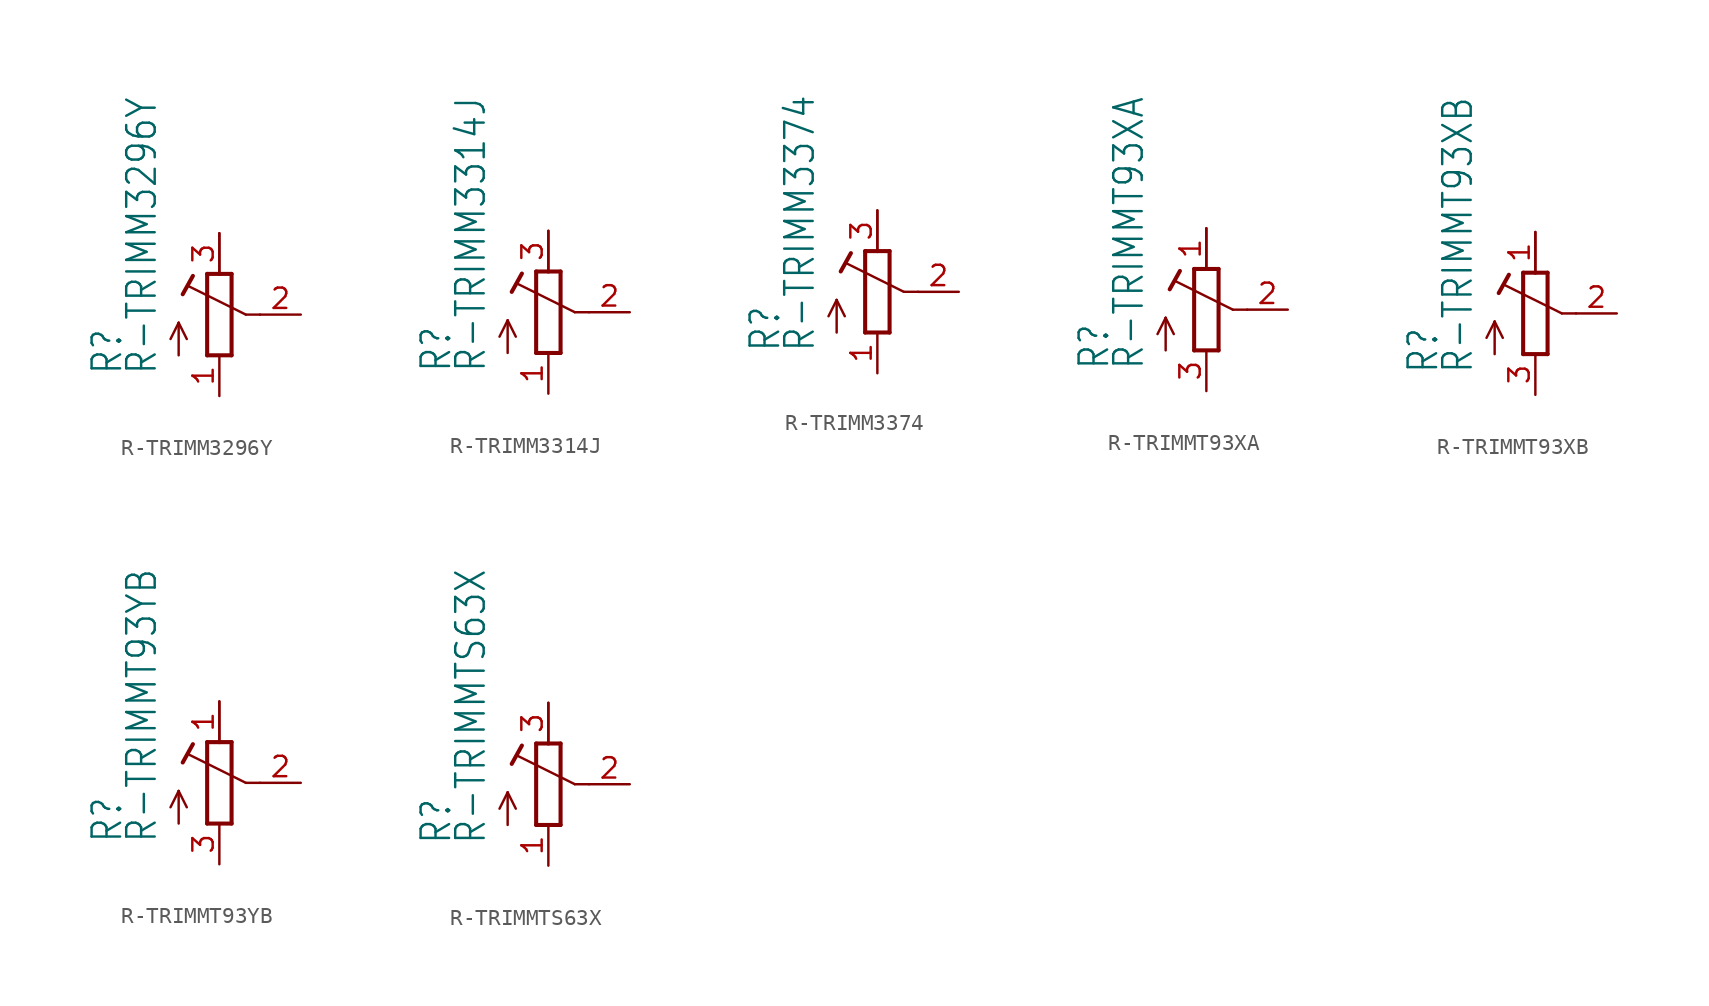
<source format=kicad_sym>
(kicad_symbol_lib
  (version 20211014)
  (generator kicad_symbol_editor)
  (symbol "R-TRIMM3296Y"
    (property "Reference" "R"
      (at -5.969 -3.81 90)
      (effects (font (size 1.778 1.511)) (justify left bottom)))
    (property "Value" "R-TRIMM3296Y"
      (at -3.81 -3.81 90)
      (effects (font (size 1.778 1.511)) (justify left bottom)))
    (property "ki_locked" ""
      (at 0 0 0)
      (effects (font (size 1.27 1.27))))
    (symbol "R-TRIMM3296Y_1_0"
      (polyline (pts (xy -2.54 -2.54) (xy -2.54 -0.508)) (stroke (width 0.152) (type default) (color 0 0 0 0)) (fill (type none)))
      (polyline (pts (xy -2.54 -0.508) (xy -3.048 -1.524)) (stroke (width 0.152) (type default) (color 0 0 0 0)) (fill (type none)))
      (polyline (pts (xy -2.54 -0.508) (xy -2.032 -1.524)) (stroke (width 0.152) (type default) (color 0 0 0 0)) (fill (type none)))
      (polyline (pts (xy -2.286 1.27) (xy -1.651 2.413)) (stroke (width 0.254) (type default) (color 0 0 0 0)) (fill (type none)))
      (polyline (pts (xy -0.762 -2.54) (xy 0.762 -2.54)) (stroke (width 0.254) (type default) (color 0 0 0 0)) (fill (type none)))
      (polyline (pts (xy -0.762 2.54) (xy -0.762 -2.54)) (stroke (width 0.254) (type default) (color 0 0 0 0)) (fill (type none)))
      (polyline (pts (xy 0 2.54) (xy -0.762 2.54)) (stroke (width 0.254) (type default) (color 0 0 0 0)) (fill (type none)))
      (polyline (pts (xy 0 2.54) (xy 0 5.08)) (stroke (width 0.152) (type default) (color 0 0 0 0)) (fill (type none)))
      (polyline (pts (xy 0.762 -2.54) (xy 0.762 2.54)) (stroke (width 0.254) (type default) (color 0 0 0 0)) (fill (type none)))
      (polyline (pts (xy 0.762 2.54) (xy 0 2.54)) (stroke (width 0.254) (type default) (color 0 0 0 0)) (fill (type none)))
      (polyline (pts (xy 1.651 0) (xy -1.88 1.753)) (stroke (width 0.152) (type default) (color 0 0 0 0)) (fill (type none)))
      (polyline (pts (xy 2.54 0) (xy 1.651 0)) (stroke (width 0.152) (type default) (color 0 0 0 0)) (fill (type none)))
      (pin passive line (at 0 -5.08 90) (length 2.54) (name "E" (effects (font (size 0 0)))) (number "1" (effects (font (size 1.27 1.27)))))
      (pin passive line (at 5.08 0 180) (length 2.54) (name "S" (effects (font (size 0 0)))) (number "2" (effects (font (size 1.27 1.27)))))
      (pin passive line (at 0 5.08 270) (length 2.54) (name "A" (effects (font (size 0 0)))) (number "3" (effects (font (size 1.27 1.27)))))))
  (symbol "R-TRIMM3314J"
    (property "Reference" "R"
      (at -5.969 -3.81 90)
      (effects (font (size 1.778 1.511)) (justify left bottom)))
    (property "Value" "R-TRIMM3314J"
      (at -3.81 -3.81 90)
      (effects (font (size 1.778 1.511)) (justify left bottom)))
    (property "ki_locked" ""
      (at 0 0 0)
      (effects (font (size 1.27 1.27))))
    (symbol "R-TRIMM3314J_1_0"
      (polyline (pts (xy -2.54 -2.54) (xy -2.54 -0.508)) (stroke (width 0.152) (type default) (color 0 0 0 0)) (fill (type none)))
      (polyline (pts (xy -2.54 -0.508) (xy -3.048 -1.524)) (stroke (width 0.152) (type default) (color 0 0 0 0)) (fill (type none)))
      (polyline (pts (xy -2.54 -0.508) (xy -2.032 -1.524)) (stroke (width 0.152) (type default) (color 0 0 0 0)) (fill (type none)))
      (polyline (pts (xy -2.286 1.27) (xy -1.651 2.413)) (stroke (width 0.254) (type default) (color 0 0 0 0)) (fill (type none)))
      (polyline (pts (xy -0.762 -2.54) (xy 0.762 -2.54)) (stroke (width 0.254) (type default) (color 0 0 0 0)) (fill (type none)))
      (polyline (pts (xy -0.762 2.54) (xy -0.762 -2.54)) (stroke (width 0.254) (type default) (color 0 0 0 0)) (fill (type none)))
      (polyline (pts (xy 0 2.54) (xy -0.762 2.54)) (stroke (width 0.254) (type default) (color 0 0 0 0)) (fill (type none)))
      (polyline (pts (xy 0 2.54) (xy 0 5.08)) (stroke (width 0.152) (type default) (color 0 0 0 0)) (fill (type none)))
      (polyline (pts (xy 0.762 -2.54) (xy 0.762 2.54)) (stroke (width 0.254) (type default) (color 0 0 0 0)) (fill (type none)))
      (polyline (pts (xy 0.762 2.54) (xy 0 2.54)) (stroke (width 0.254) (type default) (color 0 0 0 0)) (fill (type none)))
      (polyline (pts (xy 1.651 0) (xy -1.88 1.753)) (stroke (width 0.152) (type default) (color 0 0 0 0)) (fill (type none)))
      (polyline (pts (xy 2.54 0) (xy 1.651 0)) (stroke (width 0.152) (type default) (color 0 0 0 0)) (fill (type none)))
      (pin passive line (at 0 -5.08 90) (length 2.54) (name "E" (effects (font (size 0 0)))) (number "1" (effects (font (size 1.27 1.27)))))
      (pin passive line (at 5.08 0 180) (length 2.54) (name "S" (effects (font (size 0 0)))) (number "2" (effects (font (size 1.27 1.27)))))
      (pin passive line (at 0 5.08 270) (length 2.54) (name "A" (effects (font (size 0 0)))) (number "3" (effects (font (size 1.27 1.27)))))))
  (symbol "R-TRIMM3374"
    (property "Reference" "R"
      (at -5.969 -3.81 90)
      (effects (font (size 1.778 1.511)) (justify left bottom)))
    (property "Value" "R-TRIMM3374"
      (at -3.81 -3.81 90)
      (effects (font (size 1.778 1.511)) (justify left bottom)))
    (property "ki_locked" ""
      (at 0 0 0)
      (effects (font (size 1.27 1.27))))
    (symbol "R-TRIMM3374_1_0"
      (polyline (pts (xy -2.54 -2.54) (xy -2.54 -0.508)) (stroke (width 0.152) (type default) (color 0 0 0 0)) (fill (type none)))
      (polyline (pts (xy -2.54 -0.508) (xy -3.048 -1.524)) (stroke (width 0.152) (type default) (color 0 0 0 0)) (fill (type none)))
      (polyline (pts (xy -2.54 -0.508) (xy -2.032 -1.524)) (stroke (width 0.152) (type default) (color 0 0 0 0)) (fill (type none)))
      (polyline (pts (xy -2.286 1.27) (xy -1.651 2.413)) (stroke (width 0.254) (type default) (color 0 0 0 0)) (fill (type none)))
      (polyline (pts (xy -0.762 -2.54) (xy 0.762 -2.54)) (stroke (width 0.254) (type default) (color 0 0 0 0)) (fill (type none)))
      (polyline (pts (xy -0.762 2.54) (xy -0.762 -2.54)) (stroke (width 0.254) (type default) (color 0 0 0 0)) (fill (type none)))
      (polyline (pts (xy 0 2.54) (xy -0.762 2.54)) (stroke (width 0.254) (type default) (color 0 0 0 0)) (fill (type none)))
      (polyline (pts (xy 0 2.54) (xy 0 5.08)) (stroke (width 0.152) (type default) (color 0 0 0 0)) (fill (type none)))
      (polyline (pts (xy 0.762 -2.54) (xy 0.762 2.54)) (stroke (width 0.254) (type default) (color 0 0 0 0)) (fill (type none)))
      (polyline (pts (xy 0.762 2.54) (xy 0 2.54)) (stroke (width 0.254) (type default) (color 0 0 0 0)) (fill (type none)))
      (polyline (pts (xy 1.651 0) (xy -1.88 1.753)) (stroke (width 0.152) (type default) (color 0 0 0 0)) (fill (type none)))
      (polyline (pts (xy 2.54 0) (xy 1.651 0)) (stroke (width 0.152) (type default) (color 0 0 0 0)) (fill (type none)))
      (pin passive line (at 0 -5.08 90) (length 2.54) (name "E" (effects (font (size 0 0)))) (number "1" (effects (font (size 1.27 1.27)))))
      (pin passive line (at 5.08 0 180) (length 2.54) (name "S" (effects (font (size 0 0)))) (number "2" (effects (font (size 1.27 1.27)))))
      (pin passive line (at 0 5.08 270) (length 2.54) (name "A" (effects (font (size 0 0)))) (number "3" (effects (font (size 1.27 1.27)))))))
  (symbol "R-TRIMMT93XA"
    (property "Reference" "R"
      (at -5.969 -3.81 90)
      (effects (font (size 1.778 1.511)) (justify left bottom)))
    (property "Value" "R-TRIMMT93XA"
      (at -3.81 -3.81 90)
      (effects (font (size 1.778 1.511)) (justify left bottom)))
    (property "ki_locked" ""
      (at 0 0 0)
      (effects (font (size 1.27 1.27))))
    (symbol "R-TRIMMT93XA_1_0"
      (polyline (pts (xy -2.54 -2.54) (xy -2.54 -0.508)) (stroke (width 0.152) (type default) (color 0 0 0 0)) (fill (type none)))
      (polyline (pts (xy -2.54 -0.508) (xy -3.048 -1.524)) (stroke (width 0.152) (type default) (color 0 0 0 0)) (fill (type none)))
      (polyline (pts (xy -2.54 -0.508) (xy -2.032 -1.524)) (stroke (width 0.152) (type default) (color 0 0 0 0)) (fill (type none)))
      (polyline (pts (xy -2.286 1.27) (xy -1.651 2.413)) (stroke (width 0.254) (type default) (color 0 0 0 0)) (fill (type none)))
      (polyline (pts (xy -0.762 -2.54) (xy 0.762 -2.54)) (stroke (width 0.254) (type default) (color 0 0 0 0)) (fill (type none)))
      (polyline (pts (xy -0.762 2.54) (xy -0.762 -2.54)) (stroke (width 0.254) (type default) (color 0 0 0 0)) (fill (type none)))
      (polyline (pts (xy 0 2.54) (xy -0.762 2.54)) (stroke (width 0.254) (type default) (color 0 0 0 0)) (fill (type none)))
      (polyline (pts (xy 0 2.54) (xy 0 5.08)) (stroke (width 0.152) (type default) (color 0 0 0 0)) (fill (type none)))
      (polyline (pts (xy 0.762 -2.54) (xy 0.762 2.54)) (stroke (width 0.254) (type default) (color 0 0 0 0)) (fill (type none)))
      (polyline (pts (xy 0.762 2.54) (xy 0 2.54)) (stroke (width 0.254) (type default) (color 0 0 0 0)) (fill (type none)))
      (polyline (pts (xy 1.651 0) (xy -1.88 1.753)) (stroke (width 0.152) (type default) (color 0 0 0 0)) (fill (type none)))
      (polyline (pts (xy 2.54 0) (xy 1.651 0)) (stroke (width 0.152) (type default) (color 0 0 0 0)) (fill (type none)))
      (pin passive line (at 0 5.08 270) (length 2.54) (name "A" (effects (font (size 0 0)))) (number "1" (effects (font (size 1.27 1.27)))))
      (pin passive line (at 5.08 0 180) (length 2.54) (name "S" (effects (font (size 0 0)))) (number "2" (effects (font (size 1.27 1.27)))))
      (pin passive line (at 0 -5.08 90) (length 2.54) (name "E" (effects (font (size 0 0)))) (number "3" (effects (font (size 1.27 1.27)))))))
  (symbol "R-TRIMMT93XB"
    (property "Reference" "R"
      (at -5.969 -3.81 90)
      (effects (font (size 1.778 1.511)) (justify left bottom)))
    (property "Value" "R-TRIMMT93XB"
      (at -3.81 -3.81 90)
      (effects (font (size 1.778 1.511)) (justify left bottom)))
    (property "ki_locked" ""
      (at 0 0 0)
      (effects (font (size 1.27 1.27))))
    (symbol "R-TRIMMT93XB_1_0"
      (polyline (pts (xy -2.54 -2.54) (xy -2.54 -0.508)) (stroke (width 0.152) (type default) (color 0 0 0 0)) (fill (type none)))
      (polyline (pts (xy -2.54 -0.508) (xy -3.048 -1.524)) (stroke (width 0.152) (type default) (color 0 0 0 0)) (fill (type none)))
      (polyline (pts (xy -2.54 -0.508) (xy -2.032 -1.524)) (stroke (width 0.152) (type default) (color 0 0 0 0)) (fill (type none)))
      (polyline (pts (xy -2.286 1.27) (xy -1.651 2.413)) (stroke (width 0.254) (type default) (color 0 0 0 0)) (fill (type none)))
      (polyline (pts (xy -0.762 -2.54) (xy 0.762 -2.54)) (stroke (width 0.254) (type default) (color 0 0 0 0)) (fill (type none)))
      (polyline (pts (xy -0.762 2.54) (xy -0.762 -2.54)) (stroke (width 0.254) (type default) (color 0 0 0 0)) (fill (type none)))
      (polyline (pts (xy 0 2.54) (xy -0.762 2.54)) (stroke (width 0.254) (type default) (color 0 0 0 0)) (fill (type none)))
      (polyline (pts (xy 0 2.54) (xy 0 5.08)) (stroke (width 0.152) (type default) (color 0 0 0 0)) (fill (type none)))
      (polyline (pts (xy 0.762 -2.54) (xy 0.762 2.54)) (stroke (width 0.254) (type default) (color 0 0 0 0)) (fill (type none)))
      (polyline (pts (xy 0.762 2.54) (xy 0 2.54)) (stroke (width 0.254) (type default) (color 0 0 0 0)) (fill (type none)))
      (polyline (pts (xy 1.651 0) (xy -1.88 1.753)) (stroke (width 0.152) (type default) (color 0 0 0 0)) (fill (type none)))
      (polyline (pts (xy 2.54 0) (xy 1.651 0)) (stroke (width 0.152) (type default) (color 0 0 0 0)) (fill (type none)))
      (pin passive line (at 0 5.08 270) (length 2.54) (name "A" (effects (font (size 0 0)))) (number "1" (effects (font (size 1.27 1.27)))))
      (pin passive line (at 5.08 0 180) (length 2.54) (name "S" (effects (font (size 0 0)))) (number "2" (effects (font (size 1.27 1.27)))))
      (pin passive line (at 0 -5.08 90) (length 2.54) (name "E" (effects (font (size 0 0)))) (number "3" (effects (font (size 1.27 1.27)))))))
  (symbol "R-TRIMMT93YB"
    (property "Reference" "R"
      (at -5.969 -3.81 90)
      (effects (font (size 1.778 1.511)) (justify left bottom)))
    (property "Value" "R-TRIMMT93YB"
      (at -3.81 -3.81 90)
      (effects (font (size 1.778 1.511)) (justify left bottom)))
    (property "ki_locked" ""
      (at 0 0 0)
      (effects (font (size 1.27 1.27))))
    (symbol "R-TRIMMT93YB_1_0"
      (polyline (pts (xy -2.54 -2.54) (xy -2.54 -0.508)) (stroke (width 0.152) (type default) (color 0 0 0 0)) (fill (type none)))
      (polyline (pts (xy -2.54 -0.508) (xy -3.048 -1.524)) (stroke (width 0.152) (type default) (color 0 0 0 0)) (fill (type none)))
      (polyline (pts (xy -2.54 -0.508) (xy -2.032 -1.524)) (stroke (width 0.152) (type default) (color 0 0 0 0)) (fill (type none)))
      (polyline (pts (xy -2.286 1.27) (xy -1.651 2.413)) (stroke (width 0.254) (type default) (color 0 0 0 0)) (fill (type none)))
      (polyline (pts (xy -0.762 -2.54) (xy 0.762 -2.54)) (stroke (width 0.254) (type default) (color 0 0 0 0)) (fill (type none)))
      (polyline (pts (xy -0.762 2.54) (xy -0.762 -2.54)) (stroke (width 0.254) (type default) (color 0 0 0 0)) (fill (type none)))
      (polyline (pts (xy 0 2.54) (xy -0.762 2.54)) (stroke (width 0.254) (type default) (color 0 0 0 0)) (fill (type none)))
      (polyline (pts (xy 0 2.54) (xy 0 5.08)) (stroke (width 0.152) (type default) (color 0 0 0 0)) (fill (type none)))
      (polyline (pts (xy 0.762 -2.54) (xy 0.762 2.54)) (stroke (width 0.254) (type default) (color 0 0 0 0)) (fill (type none)))
      (polyline (pts (xy 0.762 2.54) (xy 0 2.54)) (stroke (width 0.254) (type default) (color 0 0 0 0)) (fill (type none)))
      (polyline (pts (xy 1.651 0) (xy -1.88 1.753)) (stroke (width 0.152) (type default) (color 0 0 0 0)) (fill (type none)))
      (polyline (pts (xy 2.54 0) (xy 1.651 0)) (stroke (width 0.152) (type default) (color 0 0 0 0)) (fill (type none)))
      (pin passive line (at 0 5.08 270) (length 2.54) (name "A" (effects (font (size 0 0)))) (number "1" (effects (font (size 1.27 1.27)))))
      (pin passive line (at 5.08 0 180) (length 2.54) (name "S" (effects (font (size 0 0)))) (number "2" (effects (font (size 1.27 1.27)))))
      (pin passive line (at 0 -5.08 90) (length 2.54) (name "E" (effects (font (size 0 0)))) (number "3" (effects (font (size 1.27 1.27)))))))
  (symbol "R-TRIMMTS63X"
    (property "Reference" "R"
      (at -5.969 -3.81 90)
      (effects (font (size 1.778 1.511)) (justify left bottom)))
    (property "Value" "R-TRIMMTS63X"
      (at -3.81 -3.81 90)
      (effects (font (size 1.778 1.511)) (justify left bottom)))
    (property "ki_locked" ""
      (at 0 0 0)
      (effects (font (size 1.27 1.27))))
    (symbol "R-TRIMMTS63X_1_0"
      (polyline (pts (xy -2.54 -2.54) (xy -2.54 -0.508)) (stroke (width 0.152) (type default) (color 0 0 0 0)) (fill (type none)))
      (polyline (pts (xy -2.54 -0.508) (xy -3.048 -1.524)) (stroke (width 0.152) (type default) (color 0 0 0 0)) (fill (type none)))
      (polyline (pts (xy -2.54 -0.508) (xy -2.032 -1.524)) (stroke (width 0.152) (type default) (color 0 0 0 0)) (fill (type none)))
      (polyline (pts (xy -2.286 1.27) (xy -1.651 2.413)) (stroke (width 0.254) (type default) (color 0 0 0 0)) (fill (type none)))
      (polyline (pts (xy -0.762 -2.54) (xy 0.762 -2.54)) (stroke (width 0.254) (type default) (color 0 0 0 0)) (fill (type none)))
      (polyline (pts (xy -0.762 2.54) (xy -0.762 -2.54)) (stroke (width 0.254) (type default) (color 0 0 0 0)) (fill (type none)))
      (polyline (pts (xy 0 2.54) (xy -0.762 2.54)) (stroke (width 0.254) (type default) (color 0 0 0 0)) (fill (type none)))
      (polyline (pts (xy 0 2.54) (xy 0 5.08)) (stroke (width 0.152) (type default) (color 0 0 0 0)) (fill (type none)))
      (polyline (pts (xy 0.762 -2.54) (xy 0.762 2.54)) (stroke (width 0.254) (type default) (color 0 0 0 0)) (fill (type none)))
      (polyline (pts (xy 0.762 2.54) (xy 0 2.54)) (stroke (width 0.254) (type default) (color 0 0 0 0)) (fill (type none)))
      (polyline (pts (xy 1.651 0) (xy -1.88 1.753)) (stroke (width 0.152) (type default) (color 0 0 0 0)) (fill (type none)))
      (polyline (pts (xy 2.54 0) (xy 1.651 0)) (stroke (width 0.152) (type default) (color 0 0 0 0)) (fill (type none)))
      (pin passive line (at 0 -5.08 90) (length 2.54) (name "E" (effects (font (size 0 0)))) (number "1" (effects (font (size 1.27 1.27)))))
      (pin passive line (at 5.08 0 180) (length 2.54) (name "S" (effects (font (size 0 0)))) (number "2" (effects (font (size 1.27 1.27)))))
      (pin passive line (at 0 5.08 270) (length 2.54) (name "A" (effects (font (size 0 0)))) (number "3" (effects (font (size 1.27 1.27))))))))
</source>
